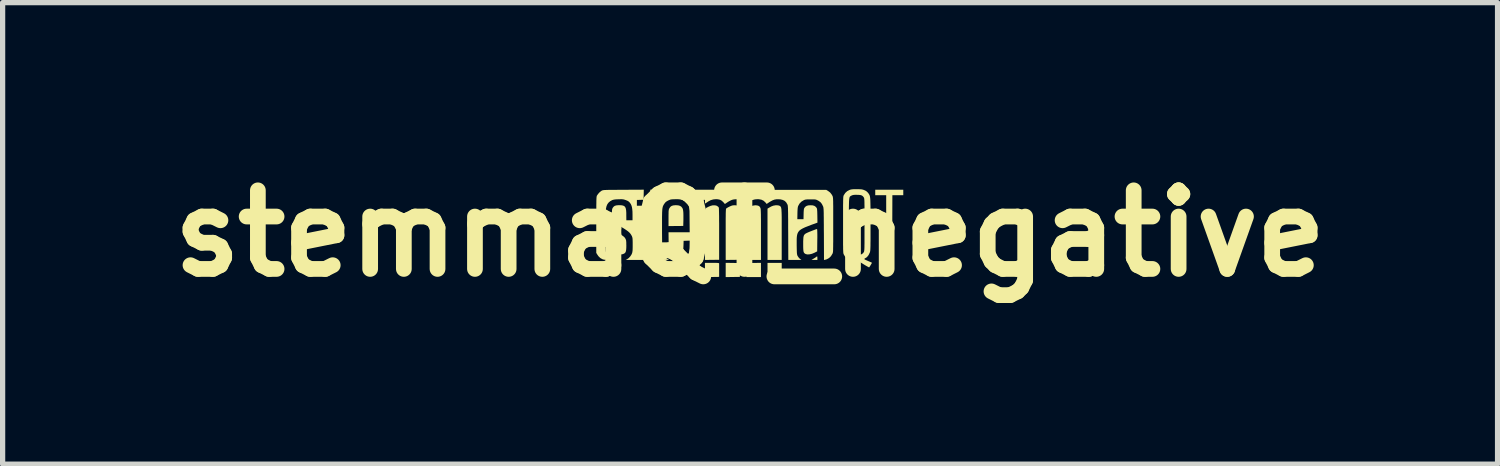
<source format=kicad_pcb>
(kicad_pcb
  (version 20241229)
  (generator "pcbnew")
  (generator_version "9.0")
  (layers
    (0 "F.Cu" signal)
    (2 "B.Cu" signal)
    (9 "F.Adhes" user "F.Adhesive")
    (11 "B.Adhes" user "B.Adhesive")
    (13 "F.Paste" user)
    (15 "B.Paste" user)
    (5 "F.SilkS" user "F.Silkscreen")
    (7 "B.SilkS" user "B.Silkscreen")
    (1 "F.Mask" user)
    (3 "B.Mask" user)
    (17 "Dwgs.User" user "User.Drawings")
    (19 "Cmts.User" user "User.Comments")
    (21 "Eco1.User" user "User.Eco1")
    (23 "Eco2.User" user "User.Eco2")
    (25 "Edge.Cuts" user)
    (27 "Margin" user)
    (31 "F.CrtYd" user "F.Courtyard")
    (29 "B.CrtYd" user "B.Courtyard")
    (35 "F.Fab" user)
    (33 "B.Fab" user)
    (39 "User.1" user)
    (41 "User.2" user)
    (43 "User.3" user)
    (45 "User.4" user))
  (footprint "stemmaQT_negative"
    (layer "F.Cu")
    (at 11.264 1.404)
    (property "Reference" "stemmaQT_negative" (at 0 0 0) (layer "F.SilkS") (effects (font (size 1.5 1.5) (thickness 0.3))))
    (attr board_only exclude_from_pos_files exclude_from_bom)
    (fp_poly (pts (xy -0.329 0.564) (xy -0.193 0.566) (xy -0.193 0.698) (xy -0.194 0.83) (xy -0.33 0.832) (xy -0.465 0.834) (xy -0.465 0.698) (xy -0.465 0.562)) (stroke (width 0) (type solid)) (fill yes) (layer "F.SilkS"))
    (fp_poly (pts (xy 0.208 0.698) (xy 0.208 0.833) (xy 0.069 0.833) (xy -0.07 0.833) (xy -0.068 0.7) (xy -0.066 0.566) (xy 0.071 0.564) (xy 0.208 0.562)) (stroke (width 0) (type solid)) (fill yes) (layer "F.SilkS"))
    (fp_poly (pts (xy 0.604 0.698) (xy 0.604 0.833) (xy 0.469 0.833) (xy 0.333 0.833) (xy 0.333 0.698) (xy 0.333 0.563) (xy 0.469 0.563) (xy 0.604 0.563)) (stroke (width 0) (type solid)) (fill yes) (layer "F.SilkS"))
    (fp_poly (pts (xy 1.282 0.441) (xy 1.284 0.453) (xy 1.285 0.472) (xy 1.285 0.507) (xy 1.228 0.507) (xy 1.171 0.507) (xy 1.212 0.482) (xy 1.235 0.468) (xy 1.254 0.456) (xy 1.265 0.447) (xy 1.276 0.439)) (stroke (width 0) (type solid)) (fill yes) (layer "F.SilkS"))
    (fp_poly (pts (xy 2.924 -0.781) (xy 2.924 -0.729) (xy 2.82 -0.729) (xy 2.716 -0.729) (xy 2.714 -0.113) (xy 2.712 0.504) (xy 2.655 0.506) (xy 2.598 0.508) (xy 2.598 -0.111) (xy 2.598 -0.729) (xy 2.493 -0.729) (xy 2.389 -0.729) (xy 2.389 -0.781) (xy 2.389 -0.833) (xy 2.657 -0.833) (xy 2.924 -0.833)) (stroke (width 0) (type solid)) (fill yes) (layer "F.SilkS"))
    (fp_poly (pts (xy -0.679 0.563) (xy -0.643 0.563) (xy -0.619 0.564) (xy -0.603 0.566) (xy -0.594 0.568) (xy -0.591 0.571) (xy -0.59 0.573) (xy -0.59 0.583) (xy -0.59 0.605) (xy -0.59 0.635) (xy -0.59 0.672) (xy -0.59 0.707) (xy -0.59 0.83) (xy -0.725 0.832) (xy -0.861 0.834) (xy -0.861 0.698) (xy -0.861 0.563) (xy -0.726 0.563)) (stroke (width 0) (type solid)) (fill yes) (layer "F.SilkS"))
    (fp_poly (pts (xy -1.371 -0.535) (xy -1.339 -0.526) (xy -1.314 -0.511) (xy -1.294 -0.487) (xy -1.286 -0.472) (xy -1.28 -0.452) (xy -1.276 -0.426) (xy -1.273 -0.392) (xy -1.272 -0.349) (xy -1.272 -0.294) (xy -1.272 -0.26) (xy -1.275 -0.142) (xy -1.415 -0.141) (xy -1.556 -0.139) (xy -1.556 -0.294) (xy -1.556 -0.345) (xy -1.555 -0.383) (xy -1.555 -0.412) (xy -1.553 -0.434) (xy -1.551 -0.449) (xy -1.548 -0.461) (xy -1.544 -0.471) (xy -1.54 -0.479) (xy -1.521 -0.506) (xy -1.497 -0.524) (xy -1.466 -0.534) (xy -1.424 -0.538) (xy -1.413 -0.538)) (stroke (width 0) (type solid)) (fill yes) (layer "F.SilkS"))
    (fp_poly (pts (xy 0.535 -0.535) (xy 0.559 -0.529) (xy 0.566 -0.525) (xy 0.573 -0.52) (xy 0.58 -0.515) (xy 0.585 -0.509) (xy 0.589 -0.501) (xy 0.593 -0.49) (xy 0.596 -0.475) (xy 0.599 -0.455) (xy 0.6 -0.43) (xy 0.602 -0.397) (xy 0.603 -0.356) (xy 0.604 -0.306) (xy 0.604 -0.247) (xy 0.604 -0.177) (xy 0.604 -0.095) (xy 0.604 -0.000451) (xy 0.604 0.021) (xy 0.604 0.507) (xy 0.469 0.507) (xy 0.333 0.507) (xy 0.333 0.017) (xy 0.333 -0.472) (xy 0.362 -0.49) (xy 0.405 -0.514) (xy 0.444 -0.529) (xy 0.483 -0.536) (xy 0.501 -0.537)) (stroke (width 0) (type solid)) (fill yes) (layer "F.SilkS"))
    (fp_poly (pts (xy -0.637 -0.528) (xy -0.61 -0.51) (xy -0.596 -0.492) (xy -0.595 -0.482) (xy -0.594 -0.46) (xy -0.593 -0.426) (xy -0.592 -0.38) (xy -0.591 -0.323) (xy -0.591 -0.257) (xy -0.59 -0.181) (xy -0.59 -0.098) (xy -0.59 -0.007) (xy -0.59 0.012) (xy -0.59 0.504) (xy -0.726 0.505) (xy -0.861 0.507) (xy -0.861 0.022) (xy -0.861 -0.073) (xy -0.861 -0.155) (xy -0.861 -0.225) (xy -0.861 -0.284) (xy -0.861 -0.333) (xy -0.86 -0.373) (xy -0.859 -0.406) (xy -0.856 -0.431) (xy -0.854 -0.45) (xy -0.85 -0.465) (xy -0.845 -0.476) (xy -0.839 -0.483) (xy -0.832 -0.489) (xy -0.823 -0.494) (xy -0.813 -0.498) (xy -0.802 -0.504) (xy -0.799 -0.506) (xy -0.754 -0.525) (xy -0.711 -0.536) (xy -0.671 -0.536)) (stroke (width 0) (type solid)) (fill yes) (layer "F.SilkS"))
    (fp_poly (pts (xy 1.28 -0.076) (xy 1.282 -0.056) (xy 1.283 -0.022) (xy 1.284 0.025) (xy 1.284 0.085) (xy 1.283 0.13) (xy 1.281 0.343) (xy 1.228 0.37) (xy 1.182 0.389) (xy 1.139 0.399) (xy 1.099 0.402) (xy 1.067 0.396) (xy 1.059 0.393) (xy 1.045 0.384) (xy 1.034 0.375) (xy 1.026 0.362) (xy 1.02 0.344) (xy 1.017 0.32) (xy 1.015 0.286) (xy 1.014 0.242) (xy 1.014 0.205) (xy 1.014 0.151) (xy 1.016 0.109) (xy 1.018 0.077) (xy 1.023 0.054) (xy 1.029 0.036) (xy 1.039 0.022) (xy 1.052 0.01) (xy 1.063 0.002) (xy 1.077 -0.005) (xy 1.1 -0.016) (xy 1.13 -0.029) (xy 1.163 -0.042) (xy 1.196 -0.055) (xy 1.228 -0.067) (xy 1.254 -0.077) (xy 1.272 -0.082) (xy 1.278 -0.083)) (stroke (width 0) (type solid)) (fill yes) (layer "F.SilkS"))
    (fp_poly (pts (xy 0.139 -0.533) (xy 0.167 -0.524) (xy 0.187 -0.506) (xy 0.197 -0.486) (xy 0.199 -0.48) (xy 0.201 -0.471) (xy 0.203 -0.459) (xy 0.204 -0.443) (xy 0.205 -0.421) (xy 0.206 -0.394) (xy 0.207 -0.359) (xy 0.207 -0.316) (xy 0.208 -0.264) (xy 0.208 -0.201) (xy 0.208 -0.128) (xy 0.208 -0.042) (xy 0.208 0.024) (xy 0.208 0.507) (xy 0.074 0.507) (xy 0.032 0.507) (xy -0.005 0.506) (xy -0.035 0.505) (xy -0.055 0.504) (xy -0.065 0.503) (xy -0.065 0.502) (xy -0.066 0.495) (xy -0.066 0.475) (xy -0.067 0.443) (xy -0.068 0.4) (xy -0.068 0.348) (xy -0.069 0.288) (xy -0.069 0.221) (xy -0.069 0.148) (xy -0.069 0.07) (xy -0.069 0.017) (xy -0.069 -0.465) (xy -0.047 -0.482) (xy -0.002 -0.51) (xy 0.046 -0.528) (xy 0.093 -0.536) (xy 0.1 -0.537)) (stroke (width 0) (type solid)) (fill yes) (layer "F.SilkS"))
    (fp_poly (pts (xy -0.262 -0.535) (xy -0.239 -0.529) (xy -0.234 -0.526) (xy -0.226 -0.521) (xy -0.22 -0.517) (xy -0.215 -0.512) (xy -0.21 -0.505) (xy -0.207 -0.496) (xy -0.203 -0.483) (xy -0.201 -0.465) (xy -0.199 -0.442) (xy -0.197 -0.413) (xy -0.196 -0.376) (xy -0.195 -0.33) (xy -0.195 -0.275) (xy -0.194 -0.209) (xy -0.194 -0.133) (xy -0.193 -0.043) (xy -0.193 0.01) (xy -0.191 0.504) (xy -0.328 0.505) (xy -0.465 0.507) (xy -0.465 0.021) (xy -0.465 -0.073) (xy -0.465 -0.156) (xy -0.465 -0.226) (xy -0.465 -0.285) (xy -0.464 -0.333) (xy -0.464 -0.373) (xy -0.463 -0.405) (xy -0.462 -0.429) (xy -0.461 -0.447) (xy -0.46 -0.46) (xy -0.458 -0.468) (xy -0.456 -0.473) (xy -0.455 -0.475) (xy -0.444 -0.483) (xy -0.424 -0.495) (xy -0.399 -0.508) (xy -0.393 -0.511) (xy -0.362 -0.525) (xy -0.338 -0.533) (xy -0.314 -0.536) (xy -0.296 -0.537)) (stroke (width 0) (type solid)) (fill yes) (layer "F.SilkS"))
    (fp_poly (pts (xy 2.077 -0.843) (xy 2.107 -0.842) (xy 2.13 -0.84) (xy 2.149 -0.836) (xy 2.166 -0.831) (xy 2.174 -0.828) (xy 2.205 -0.814) (xy 2.228 -0.798) (xy 2.248 -0.778) (xy 2.259 -0.764) (xy 2.266 -0.754) (xy 2.272 -0.744) (xy 2.278 -0.734) (xy 2.283 -0.722) (xy 2.287 -0.708) (xy 2.29 -0.69) (xy 2.293 -0.667) (xy 2.295 -0.639) (xy 2.296 -0.604) (xy 2.297 -0.561) (xy 2.298 -0.51) (xy 2.299 -0.449) (xy 2.299 -0.378) (xy 2.299 -0.295) (xy 2.299 -0.199) (xy 2.299 -0.169) (xy 2.299 -0.074) (xy 2.299 0.009) (xy 2.299 0.079) (xy 2.299 0.138) (xy 2.298 0.188) (xy 2.298 0.229) (xy 2.297 0.263) (xy 2.296 0.289) (xy 2.295 0.31) (xy 2.294 0.326) (xy 2.292 0.339) (xy 2.29 0.349) (xy 2.288 0.358) (xy 2.285 0.366) (xy 2.285 0.366) (xy 2.262 0.414) (xy 2.232 0.451) (xy 2.202 0.471) (xy 2.189 0.479) (xy 2.182 0.485) (xy 2.181 0.49) (xy 2.188 0.497) (xy 2.205 0.506) (xy 2.232 0.518) (xy 2.257 0.529) (xy 2.285 0.541) (xy 2.307 0.551) (xy 2.322 0.558) (xy 2.326 0.56) (xy 2.324 0.566) (xy 2.316 0.58) (xy 2.305 0.599) (xy 2.293 0.619) (xy 2.282 0.636) (xy 2.274 0.647) (xy 2.272 0.649) (xy 2.265 0.646) (xy 2.248 0.637) (xy 2.223 0.623) (xy 2.193 0.606) (xy 2.163 0.587) (xy 2.058 0.523) (xy 1.994 0.518) (xy 1.933 0.51) (xy 1.883 0.494) (xy 1.843 0.471) (xy 1.811 0.44) (xy 1.789 0.403) (xy 1.787 0.397) (xy 1.784 0.391) (xy 1.782 0.383) (xy 1.78 0.373) (xy 1.779 0.36) (xy 1.778 0.343) (xy 1.777 0.321) (xy 1.776 0.293) (xy 1.776 0.257) (xy 1.775 0.214) (xy 1.775 0.161) (xy 1.775 0.099) (xy 1.775 0.025) (xy 1.775 -0.06) (xy 1.775 -0.158) (xy 1.775 -0.163) (xy 1.775 -0.262) (xy 1.775 -0.262) (xy 1.886 -0.262) (xy 1.886 -0.164) (xy 1.886 -0.163) (xy 1.886 -0.065) (xy 1.886 0.021) (xy 1.886 0.094) (xy 1.886 0.157) (xy 1.887 0.21) (xy 1.888 0.253) (xy 1.889 0.288) (xy 1.891 0.316) (xy 1.894 0.338) (xy 1.897 0.354) (xy 1.901 0.367) (xy 1.906 0.375) (xy 1.912 0.382) (xy 1.919 0.387) (xy 1.927 0.391) (xy 1.936 0.395) (xy 1.961 0.404) (xy 1.995 0.409) (xy 2.033 0.411) (xy 2.071 0.409) (xy 2.105 0.405) (xy 2.131 0.397) (xy 2.132 0.396) (xy 2.158 0.376) (xy 2.171 0.356) (xy 2.174 0.351) (xy 2.176 0.344) (xy 2.178 0.336) (xy 2.179 0.324) (xy 2.181 0.308) (xy 2.182 0.288) (xy 2.183 0.261) (xy 2.183 0.228) (xy 2.184 0.186) (xy 2.184 0.136) (xy 2.184 0.075) (xy 2.184 0.004) (xy 2.184 -0.08) (xy 2.184 -0.167) (xy 2.184 -0.262) (xy 2.184 -0.344) (xy 2.184 -0.414) (xy 2.184 -0.473) (xy 2.184 -0.523) (xy 2.183 -0.563) (xy 2.183 -0.596) (xy 2.182 -0.622) (xy 2.181 -0.641) (xy 2.179 -0.656) (xy 2.178 -0.667) (xy 2.176 -0.675) (xy 2.174 -0.681) (xy 2.171 -0.686) (xy 2.17 -0.687) (xy 2.155 -0.707) (xy 2.136 -0.722) (xy 2.111 -0.731) (xy 2.076 -0.735) (xy 2.037 -0.736) (xy 2.001 -0.736) (xy 1.975 -0.734) (xy 1.956 -0.73) (xy 1.94 -0.723) (xy 1.938 -0.722) (xy 1.928 -0.718) (xy 1.92 -0.713) (xy 1.913 -0.708) (xy 1.906 -0.702) (xy 1.901 -0.693) (xy 1.897 -0.681) (xy 1.894 -0.665) (xy 1.891 -0.643) (xy 1.889 -0.615) (xy 1.888 -0.58) (xy 1.887 -0.537) (xy 1.886 -0.484) (xy 1.886 -0.422) (xy 1.886 -0.348) (xy 1.886 -0.262) (xy 1.775 -0.262) (xy 1.775 -0.348) (xy 1.775 -0.422) (xy 1.775 -0.485) (xy 1.775 -0.538) (xy 1.776 -0.582) (xy 1.776 -0.617) (xy 1.777 -0.646) (xy 1.778 -0.669) (xy 1.779 -0.686) (xy 1.78 -0.699) (xy 1.782 -0.709) (xy 1.784 -0.717) (xy 1.786 -0.723) (xy 1.789 -0.729) (xy 1.789 -0.729) (xy 1.817 -0.772) (xy 1.854 -0.806) (xy 1.894 -0.827) (xy 1.912 -0.834) (xy 1.929 -0.838) (xy 1.949 -0.841) (xy 1.974 -0.843) (xy 2.009 -0.843) (xy 2.035 -0.843)) (stroke (width 0) (type solid)) (fill yes) (layer "F.SilkS"))
    (fp_poly (pts (xy -2.03 -0.738) (xy -2.032 -0.642) (xy -2.096 -0.64) (xy -2.16 -0.638) (xy -2.16 -0.583) (xy -2.16 -0.528) (xy -2.094 -0.528) (xy -2.028 -0.528) (xy -2.028 -0.01) (xy -2.028 0.507) (xy -2.2 0.507) (xy -2.372 0.506) (xy -2.347 0.493) (xy -2.316 0.471) (xy -2.286 0.439) (xy -2.263 0.404) (xy -2.253 0.381) (xy -2.248 0.365) (xy -2.245 0.348) (xy -2.242 0.326) (xy -2.241 0.298) (xy -2.24 0.261) (xy -2.24 0.215) (xy -2.24 0.169) (xy -2.241 0.135) (xy -2.242 0.109) (xy -2.244 0.09) (xy -2.247 0.076) (xy -2.251 0.063) (xy -2.255 0.053) (xy -2.269 0.027) (xy -2.285 0.004) (xy -2.304 -0.017) (xy -2.33 -0.04) (xy -2.363 -0.064) (xy -2.406 -0.092) (xy -2.438 -0.111) (xy -2.487 -0.141) (xy -2.526 -0.166) (xy -2.556 -0.185) (xy -2.578 -0.201) (xy -2.594 -0.214) (xy -2.606 -0.226) (xy -2.614 -0.237) (xy -2.619 -0.244) (xy -2.626 -0.258) (xy -2.63 -0.27) (xy -2.633 -0.286) (xy -2.635 -0.307) (xy -2.636 -0.336) (xy -2.636 -0.368) (xy -2.636 -0.407) (xy -2.635 -0.435) (xy -2.633 -0.455) (xy -2.629 -0.47) (xy -2.624 -0.482) (xy -2.622 -0.486) (xy -2.604 -0.509) (xy -2.583 -0.525) (xy -2.554 -0.534) (xy -2.516 -0.538) (xy -2.497 -0.538) (xy -2.456 -0.537) (xy -2.424 -0.531) (xy -2.4 -0.52) (xy -2.383 -0.502) (xy -2.372 -0.476) (xy -2.365 -0.439) (xy -2.362 -0.392) (xy -2.362 -0.352) (xy -2.361 -0.25) (xy -2.302 -0.25) (xy -2.243 -0.25) (xy -2.243 -0.356) (xy -2.244 -0.415) (xy -2.248 -0.462) (xy -2.254 -0.5) (xy -2.263 -0.531) (xy -2.275 -0.558) (xy -2.285 -0.573) (xy -2.302 -0.595) (xy -2.32 -0.611) (xy -2.343 -0.624) (xy -2.376 -0.637) (xy -2.383 -0.639) (xy -2.404 -0.646) (xy -2.424 -0.65) (xy -2.446 -0.652) (xy -2.474 -0.652) (xy -2.511 -0.651) (xy -2.514 -0.651) (xy -2.561 -0.649) (xy -2.595 -0.645) (xy -2.62 -0.639) (xy -2.629 -0.636) (xy -2.668 -0.615) (xy -2.698 -0.59) (xy -2.722 -0.559) (xy -2.739 -0.52) (xy -2.75 -0.472) (xy -2.756 -0.414) (xy -2.756 -0.344) (xy -2.756 -0.337) (xy -2.755 -0.295) (xy -2.753 -0.265) (xy -2.751 -0.243) (xy -2.747 -0.225) (xy -2.742 -0.21) (xy -2.736 -0.194) (xy -2.723 -0.171) (xy -2.707 -0.149) (xy -2.687 -0.128) (xy -2.66 -0.105) (xy -2.625 -0.08) (xy -2.581 -0.051) (xy -2.556 -0.035) (xy -2.507 -0.004) (xy -2.47 0.02) (xy -2.441 0.039) (xy -2.419 0.055) (xy -2.404 0.068) (xy -2.392 0.08) (xy -2.384 0.092) (xy -2.377 0.104) (xy -2.371 0.118) (xy -2.366 0.132) (xy -2.364 0.15) (xy -2.362 0.173) (xy -2.362 0.206) (xy -2.361 0.231) (xy -2.362 0.279) (xy -2.365 0.315) (xy -2.37 0.342) (xy -2.378 0.362) (xy -2.39 0.376) (xy -2.406 0.387) (xy -2.411 0.389) (xy -2.436 0.398) (xy -2.47 0.402) (xy -2.507 0.404) (xy -2.543 0.401) (xy -2.573 0.395) (xy -2.583 0.391) (xy -2.601 0.381) (xy -2.614 0.37) (xy -2.624 0.356) (xy -2.63 0.338) (xy -2.634 0.312) (xy -2.637 0.277) (xy -2.638 0.23) (xy -2.638 0.222) (xy -2.64 0.104) (xy -2.699 0.104) (xy -2.759 0.104) (xy -2.756 0.231) (xy -2.755 0.276) (xy -2.754 0.31) (xy -2.753 0.334) (xy -2.751 0.353) (xy -2.747 0.368) (xy -2.742 0.382) (xy -2.735 0.398) (xy -2.732 0.404) (xy -2.719 0.43) (xy -2.704 0.45) (xy -2.685 0.467) (xy -2.659 0.487) (xy -2.642 0.498) (xy -2.639 0.502) (xy -2.643 0.504) (xy -2.657 0.505) (xy -2.683 0.506) (xy -2.705 0.506) (xy -2.745 0.506) (xy -2.775 0.503) (xy -2.799 0.499) (xy -2.817 0.493) (xy -2.858 0.47) (xy -2.894 0.435) (xy -2.916 0.403) (xy -2.935 0.372) (xy -2.935 -0.163) (xy -2.934 -0.262) (xy -2.934 -0.349) (xy -2.934 -0.423) (xy -2.934 -0.486) (xy -2.934 -0.539) (xy -2.933 -0.583) (xy -2.933 -0.619) (xy -2.932 -0.647) (xy -2.931 -0.67) (xy -2.93 -0.687) (xy -2.928 -0.699) (xy -2.927 -0.708) (xy -2.925 -0.715) (xy -2.923 -0.72) (xy -2.922 -0.721) (xy -2.9 -0.753) (xy -2.872 -0.784) (xy -2.842 -0.808) (xy -2.831 -0.815) (xy -2.824 -0.818) (xy -2.818 -0.821) (xy -2.81 -0.823) (xy -2.799 -0.825) (xy -2.785 -0.827) (xy -2.765 -0.828) (xy -2.74 -0.829) (xy -2.707 -0.83) (xy -2.666 -0.83) (xy -2.615 -0.831) (xy -2.554 -0.831) (xy -2.481 -0.832) (xy -2.415 -0.832) (xy -2.028 -0.834)) (stroke (width 0) (type solid)) (fill yes) (layer "F.SilkS"))
    (fp_poly (pts (xy -0.224 -0.832) (xy 1.455 -0.83) (xy 1.487 -0.811) (xy 1.528 -0.78) (xy 1.56 -0.739) (xy 1.573 -0.715) (xy 1.575 -0.709) (xy 1.578 -0.703) (xy 1.58 -0.695) (xy 1.581 -0.685) (xy 1.583 -0.672) (xy 1.584 -0.654) (xy 1.585 -0.631) (xy 1.586 -0.602) (xy 1.586 -0.566) (xy 1.587 -0.521) (xy 1.587 -0.468) (xy 1.587 -0.404) (xy 1.587 -0.329) (xy 1.587 -0.241) (xy 1.587 -0.163) (xy 1.587 -0.066) (xy 1.587 0.019) (xy 1.587 0.091) (xy 1.587 0.153) (xy 1.586 0.205) (xy 1.586 0.247) (xy 1.585 0.282) (xy 1.585 0.31) (xy 1.584 0.332) (xy 1.583 0.348) (xy 1.581 0.361) (xy 1.579 0.37) (xy 1.577 0.378) (xy 1.575 0.384) (xy 1.572 0.389) (xy 1.544 0.435) (xy 1.508 0.47) (xy 1.464 0.494) (xy 1.433 0.503) (xy 1.411 0.508) (xy 1.409 0.013) (xy 1.408 -0.082) (xy 1.408 -0.164) (xy 1.407 -0.234) (xy 1.407 -0.294) (xy 1.406 -0.343) (xy 1.406 -0.384) (xy 1.405 -0.417) (xy 1.404 -0.443) (xy 1.403 -0.464) (xy 1.401 -0.479) (xy 1.4 -0.492) (xy 1.398 -0.501) (xy 1.396 -0.509) (xy 1.393 -0.516) (xy 1.391 -0.52) (xy 1.371 -0.561) (xy 1.346 -0.593) (xy 1.313 -0.618) (xy 1.297 -0.627) (xy 1.279 -0.636) (xy 1.265 -0.642) (xy 1.25 -0.646) (xy 1.232 -0.648) (xy 1.207 -0.649) (xy 1.173 -0.649) (xy 1.156 -0.649) (xy 1.116 -0.649) (xy 1.087 -0.648) (xy 1.066 -0.646) (xy 1.049 -0.643) (xy 1.034 -0.638) (xy 1.024 -0.633) (xy 0.98 -0.606) (xy 0.944 -0.569) (xy 0.923 -0.532) (xy 0.916 -0.517) (xy 0.912 -0.502) (xy 0.909 -0.483) (xy 0.907 -0.459) (xy 0.905 -0.426) (xy 0.904 -0.384) (xy 0.902 -0.271) (xy 0.961 -0.271) (xy 1.02 -0.271) (xy 1.022 -0.37) (xy 1.023 -0.41) (xy 1.025 -0.438) (xy 1.027 -0.458) (xy 1.03 -0.472) (xy 1.035 -0.483) (xy 1.041 -0.492) (xy 1.06 -0.513) (xy 1.084 -0.527) (xy 1.116 -0.535) (xy 1.153 -0.537) (xy 1.194 -0.535) (xy 1.226 -0.526) (xy 1.251 -0.509) (xy 1.267 -0.491) (xy 1.272 -0.483) (xy 1.276 -0.474) (xy 1.279 -0.461) (xy 1.28 -0.443) (xy 1.282 -0.417) (xy 1.283 -0.381) (xy 1.284 -0.338) (xy 1.286 -0.205) (xy 1.172 -0.164) (xy 1.105 -0.138) (xy 1.049 -0.116) (xy 1.005 -0.095) (xy 0.972 -0.076) (xy 0.947 -0.058) (xy 0.93 -0.04) (xy 0.93 -0.039) (xy 0.917 -0.021) (xy 0.908 -0.003) (xy 0.901 0.018) (xy 0.896 0.042) (xy 0.892 0.072) (xy 0.89 0.111) (xy 0.89 0.158) (xy 0.89 0.218) (xy 0.89 0.231) (xy 0.891 0.284) (xy 0.892 0.325) (xy 0.893 0.356) (xy 0.894 0.379) (xy 0.897 0.396) (xy 0.899 0.409) (xy 0.903 0.421) (xy 0.908 0.432) (xy 0.909 0.433) (xy 0.927 0.46) (xy 0.949 0.483) (xy 0.954 0.487) (xy 0.981 0.507) (xy 0.856 0.507) (xy 0.73 0.507) (xy 0.728 -0.009) (xy 0.727 -0.106) (xy 0.727 -0.19) (xy 0.727 -0.262) (xy 0.726 -0.323) (xy 0.726 -0.374) (xy 0.725 -0.417) (xy 0.724 -0.451) (xy 0.724 -0.478) (xy 0.722 -0.5) (xy 0.721 -0.516) (xy 0.72 -0.528) (xy 0.718 -0.538) (xy 0.716 -0.545) (xy 0.713 -0.551) (xy 0.711 -0.556) (xy 0.689 -0.593) (xy 0.661 -0.62) (xy 0.625 -0.638) (xy 0.58 -0.649) (xy 0.549 -0.651) (xy 0.504 -0.651) (xy 0.464 -0.644) (xy 0.425 -0.629) (xy 0.382 -0.605) (xy 0.363 -0.593) (xy 0.317 -0.562) (xy 0.293 -0.591) (xy 0.258 -0.623) (xy 0.217 -0.643) (xy 0.167 -0.652) (xy 0.145 -0.653) (xy 0.094 -0.649) (xy 0.045 -0.636) (xy -0.005 -0.613) (xy -0.059 -0.579) (xy -0.064 -0.575) (xy -0.078 -0.565) (xy -0.086 -0.564) (xy -0.089 -0.57) (xy -0.099 -0.586) (xy -0.118 -0.605) (xy -0.142 -0.623) (xy -0.166 -0.637) (xy -0.178 -0.642) (xy -0.217 -0.65) (xy -0.264 -0.652) (xy -0.31 -0.648) (xy -0.338 -0.642) (xy -0.362 -0.633) (xy -0.391 -0.618) (xy -0.421 -0.601) (xy -0.428 -0.596) (xy -0.48 -0.561) (xy -0.509 -0.594) (xy -0.54 -0.623) (xy -0.574 -0.642) (xy -0.615 -0.651) (xy -0.65 -0.653) (xy -0.702 -0.648) (xy -0.751 -0.634) (xy -0.8 -0.608) (xy -0.815 -0.597) (xy -0.836 -0.583) (xy -0.851 -0.574) (xy -0.858 -0.57) (xy -0.858 -0.57) (xy -0.86 -0.576) (xy -0.861 -0.592) (xy -0.861 -0.605) (xy -0.861 -0.64) (xy -0.922 -0.638) (xy -0.983 -0.636) (xy -0.985 -0.064) (xy -0.986 0.507) (xy -1.137 0.507) (xy -1.187 0.507) (xy -1.223 0.506) (xy -1.249 0.506) (xy -1.266 0.505) (xy -1.274 0.503) (xy -1.276 0.501) (xy -1.272 0.498) (xy -1.268 0.495) (xy -1.231 0.472) (xy -1.203 0.444) (xy -1.181 0.407) (xy -1.179 0.404) (xy -1.171 0.386) (xy -1.164 0.371) (xy -1.16 0.356) (xy -1.158 0.338) (xy -1.156 0.313) (xy -1.155 0.28) (xy -1.154 0.248) (xy -1.152 0.138) (xy -1.21 0.14) (xy -1.268 0.142) (xy -1.271 0.236) (xy -1.273 0.278) (xy -1.276 0.309) (xy -1.28 0.331) (xy -1.286 0.348) (xy -1.295 0.361) (xy -1.307 0.372) (xy -1.334 0.389) (xy -1.37 0.4) (xy -1.411 0.404) (xy -1.451 0.401) (xy -1.487 0.39) (xy -1.493 0.387) (xy -1.51 0.378) (xy -1.524 0.37) (xy -1.534 0.36) (xy -1.541 0.346) (xy -1.547 0.328) (xy -1.55 0.304) (xy -1.552 0.271) (xy -1.553 0.229) (xy -1.554 0.174) (xy -1.554 0.156) (xy -1.556 -0.021) (xy -1.354 -0.021) (xy -1.152 -0.021) (xy -1.154 -0.259) (xy -1.156 -0.497) (xy -1.176 -0.536) (xy -1.204 -0.579) (xy -1.24 -0.612) (xy -1.287 -0.635) (xy -1.301 -0.64) (xy -1.324 -0.646) (xy -1.347 -0.65) (xy -1.374 -0.652) (xy -1.407 -0.652) (xy -1.433 -0.652) (xy -1.47 -0.651) (xy -1.496 -0.649) (xy -1.516 -0.646) (xy -1.534 -0.64) (xy -1.552 -0.632) (xy -1.564 -0.627) (xy -1.592 -0.611) (xy -1.612 -0.596) (xy -1.629 -0.575) (xy -1.638 -0.563) (xy -1.647 -0.549) (xy -1.654 -0.536) (xy -1.661 -0.522) (xy -1.666 -0.506) (xy -1.67 -0.488) (xy -1.674 -0.465) (xy -1.676 -0.437) (xy -1.678 -0.403) (xy -1.679 -0.361) (xy -1.68 -0.31) (xy -1.68 -0.25) (xy -1.68 -0.179) (xy -1.68 -0.095) (xy -1.68 -0.038) (xy -1.677 0.351) (xy -1.658 0.392) (xy -1.635 0.434) (xy -1.608 0.464) (xy -1.576 0.486) (xy -1.575 0.487) (xy -1.559 0.496) (xy -1.55 0.502) (xy -1.549 0.504) (xy -1.556 0.505) (xy -1.574 0.505) (xy -1.603 0.506) (xy -1.64 0.507) (xy -1.684 0.507) (xy -1.726 0.507) (xy -1.903 0.507) (xy -1.903 -0.01) (xy -1.903 -0.528) (xy -1.837 -0.528) (xy -1.771 -0.528) (xy -1.771 -0.583) (xy -1.771 -0.638) (xy -1.835 -0.64) (xy -1.9 -0.642) (xy -1.902 -0.738) (xy -1.903 -0.834)) (stroke (width 0) (type solid)) (fill yes) (layer "F.SilkS")))
  (gr_rect
    (start -3 -3)
    (end 25.529 5.808)
    (stroke (width 0.1) (type default))
    (fill no)
    (layer "Edge.Cuts")))
</source>
